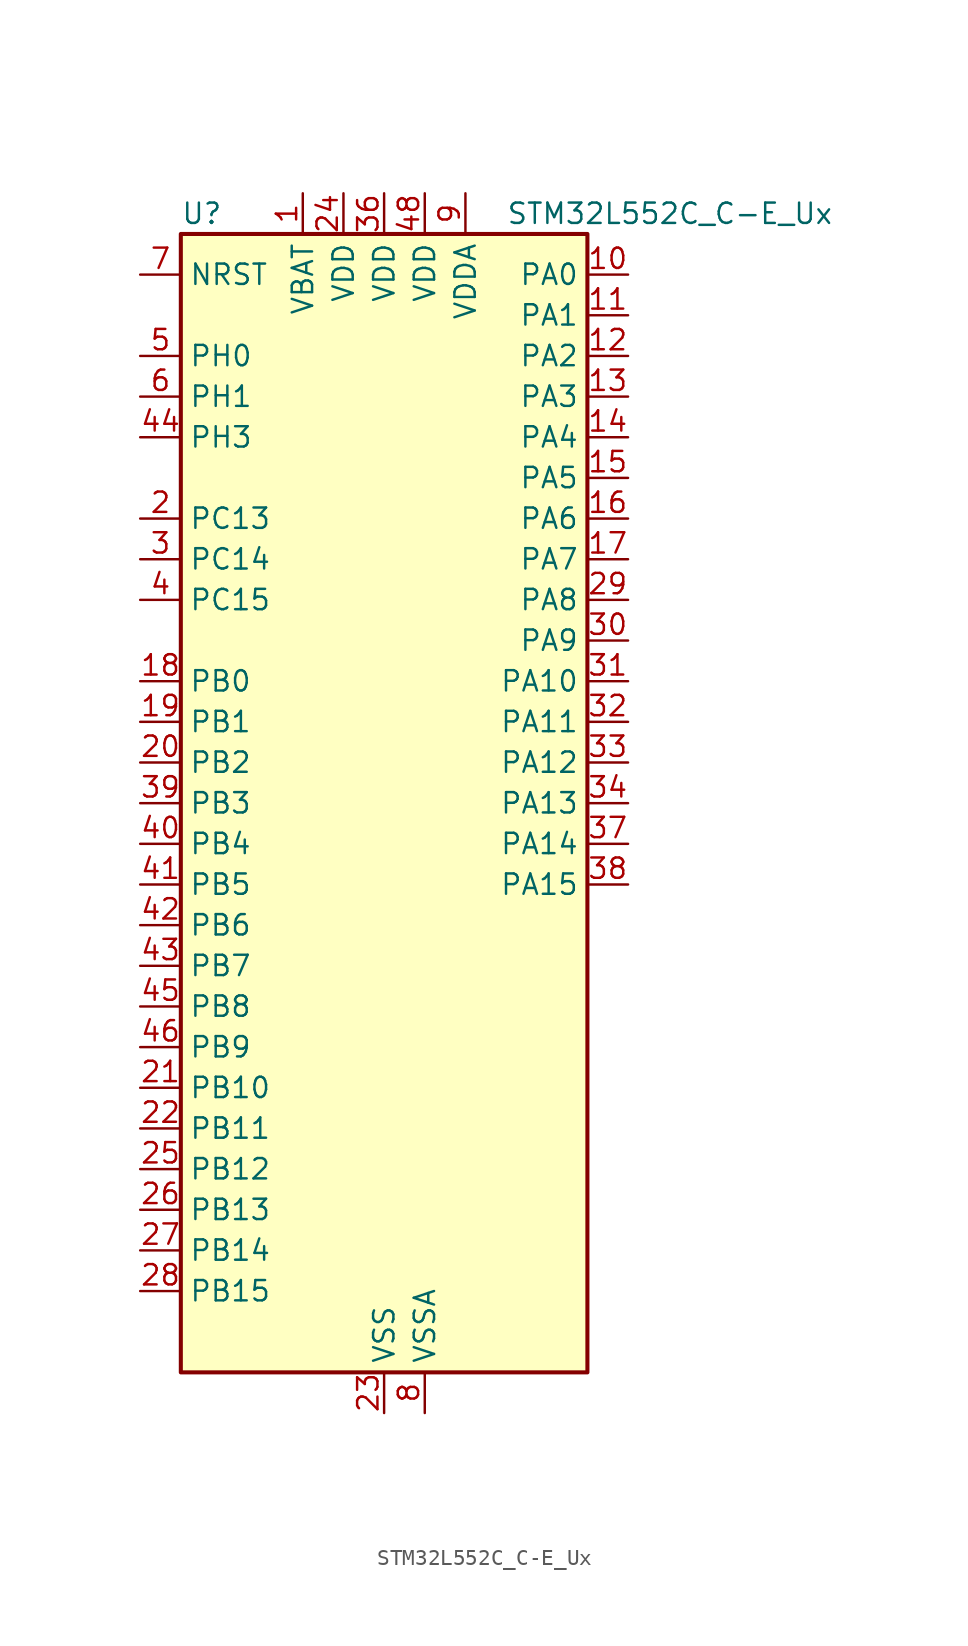
<source format=kicad_sym>
(kicad_symbol_lib
  (version 20220914)
  (generator kicad_symbol_editor)
  (symbol "STM32L552C_C-E_Ux"
    (property "Reference" "U"
      (at -12.7 36.83 0)
      (effects (font (size 1.27 1.27)) (justify left)))
    (property "Value" "STM32L552C_C-E_Ux"
      (at 7.62 36.83 0)
      (effects (font (size 1.27 1.27)) (justify left)))
    (property "ki_locked" ""
      (at 0 0 0)
      (effects (font (size 1.27 1.27))))
    (symbol "STM32L552C_C-E_Ux_0_1"
      (rectangle (start -12.7 -35.56) (end 12.7 35.56) (stroke (width 0.254) (type default)) (fill (type background))))
    (symbol "STM32L552C_C-E_Ux_1_1"
      (pin power_in line (at -5.08 38.1 270) (length 2.54) (name "VBAT" (effects (font (size 1.27 1.27)))) (number "1" (effects (font (size 1.27 1.27)))))
      (pin bidirectional line (at 15.24 33.02 180) (length 2.54) (name "PA0" (effects (font (size 1.27 1.27)))) (number "10" (effects (font (size 1.27 1.27)))) (alternate "ADC1_IN5" bidirectional line) (alternate "ADC2_IN5" bidirectional line) (alternate "OPAMP1_VINP" bidirectional line) (alternate "PWR_WKUP1" bidirectional line) (alternate "SAI1_EXTCLK" bidirectional line) (alternate "TAMP_IN2" bidirectional line) (alternate "TAMP_OUT1" bidirectional line) (alternate "TIM2_CH1" bidirectional line) (alternate "TIM2_ETR" bidirectional line) (alternate "TIM5_CH1" bidirectional line) (alternate "TIM8_ETR" bidirectional line) (alternate "UART4_TX" bidirectional line) (alternate "USART2_CTS" bidirectional line) (alternate "USART2_NSS" bidirectional line))
      (pin bidirectional line (at 15.24 30.48 180) (length 2.54) (name "PA1" (effects (font (size 1.27 1.27)))) (number "11" (effects (font (size 1.27 1.27)))) (alternate "ADC1_IN6" bidirectional line) (alternate "ADC2_IN6" bidirectional line) (alternate "I2C1_SMBA" bidirectional line) (alternate "OCTOSPI1_DQS" bidirectional line) (alternate "OPAMP1_VINM" bidirectional line) (alternate "SPI1_SCK" bidirectional line) (alternate "TAMP_IN5" bidirectional line) (alternate "TAMP_OUT4" bidirectional line) (alternate "TIM15_CH1N" bidirectional line) (alternate "TIM2_CH2" bidirectional line) (alternate "TIM5_CH2" bidirectional line) (alternate "UART4_RX" bidirectional line) (alternate "USART2_DE" bidirectional line) (alternate "USART2_RTS" bidirectional line))
      (pin bidirectional line (at 15.24 27.94 180) (length 2.54) (name "PA2" (effects (font (size 1.27 1.27)))) (number "12" (effects (font (size 1.27 1.27)))) (alternate "ADC1_IN7" bidirectional line) (alternate "ADC2_IN7" bidirectional line) (alternate "COMP1_INP" bidirectional line) (alternate "LPUART1_TX" bidirectional line) (alternate "OCTOSPI1_NCS" bidirectional line) (alternate "PWR_WKUP4" bidirectional line) (alternate "RCC_LSCO" bidirectional line) (alternate "SAI2_EXTCLK" bidirectional line) (alternate "TIM15_CH1" bidirectional line) (alternate "TIM2_CH3" bidirectional line) (alternate "TIM5_CH3" bidirectional line) (alternate "UCPD1_FRSTX1" bidirectional line) (alternate "USART2_TX" bidirectional line))
      (pin bidirectional line (at 15.24 25.4 180) (length 2.54) (name "PA3" (effects (font (size 1.27 1.27)))) (number "13" (effects (font (size 1.27 1.27)))) (alternate "ADC1_IN8" bidirectional line) (alternate "ADC2_IN8" bidirectional line) (alternate "LPUART1_RX" bidirectional line) (alternate "OCTOSPI1_CLK" bidirectional line) (alternate "OPAMP1_VOUT" bidirectional line) (alternate "SAI1_CK1" bidirectional line) (alternate "SAI1_MCLK_A" bidirectional line) (alternate "TIM15_CH2" bidirectional line) (alternate "TIM2_CH4" bidirectional line) (alternate "TIM5_CH4" bidirectional line) (alternate "USART2_RX" bidirectional line))
      (pin bidirectional line (at 15.24 22.86 180) (length 2.54) (name "PA4" (effects (font (size 1.27 1.27)))) (number "14" (effects (font (size 1.27 1.27)))) (alternate "ADC1_IN9" bidirectional line) (alternate "ADC2_IN9" bidirectional line) (alternate "DAC1_OUT1" bidirectional line) (alternate "LPTIM2_OUT" bidirectional line) (alternate "OCTOSPI1_NCS" bidirectional line) (alternate "SAI1_FS_B" bidirectional line) (alternate "SPI1_NSS" bidirectional line) (alternate "SPI3_NSS" bidirectional line) (alternate "USART2_CK" bidirectional line))
      (pin bidirectional line (at 15.24 20.32 180) (length 2.54) (name "PA5" (effects (font (size 1.27 1.27)))) (number "15" (effects (font (size 1.27 1.27)))) (alternate "ADC1_IN10" bidirectional line) (alternate "ADC2_IN10" bidirectional line) (alternate "DAC1_OUT2" bidirectional line) (alternate "LPTIM2_ETR" bidirectional line) (alternate "SPI1_SCK" bidirectional line) (alternate "TIM2_CH1" bidirectional line) (alternate "TIM2_ETR" bidirectional line) (alternate "TIM8_CH1N" bidirectional line))
      (pin bidirectional line (at 15.24 17.78 180) (length 2.54) (name "PA6" (effects (font (size 1.27 1.27)))) (number "16" (effects (font (size 1.27 1.27)))) (alternate "ADC1_IN11" bidirectional line) (alternate "ADC2_IN11" bidirectional line) (alternate "LPUART1_CTS" bidirectional line) (alternate "OCTOSPI1_IO3" bidirectional line) (alternate "OPAMP2_VINP" bidirectional line) (alternate "SPI1_MISO" bidirectional line) (alternate "TIM16_CH1" bidirectional line) (alternate "TIM1_BKIN" bidirectional line) (alternate "TIM3_CH1" bidirectional line) (alternate "TIM8_BKIN" bidirectional line) (alternate "USART3_CTS" bidirectional line) (alternate "USART3_NSS" bidirectional line))
      (pin bidirectional line (at 15.24 15.24 180) (length 2.54) (name "PA7" (effects (font (size 1.27 1.27)))) (number "17" (effects (font (size 1.27 1.27)))) (alternate "ADC1_IN12" bidirectional line) (alternate "ADC2_IN12" bidirectional line) (alternate "I2C3_SCL" bidirectional line) (alternate "OCTOSPI1_IO2" bidirectional line) (alternate "OPAMP2_VINM" bidirectional line) (alternate "SPI1_MOSI" bidirectional line) (alternate "TIM17_CH1" bidirectional line) (alternate "TIM1_CH1N" bidirectional line) (alternate "TIM3_CH2" bidirectional line) (alternate "TIM8_CH1N" bidirectional line))
      (pin bidirectional line (at -15.24 7.62 0) (length 2.54) (name "PB0" (effects (font (size 1.27 1.27)))) (number "18" (effects (font (size 1.27 1.27)))) (alternate "ADC1_IN15" bidirectional line) (alternate "ADC2_IN15" bidirectional line) (alternate "COMP1_OUT" bidirectional line) (alternate "OCTOSPI1_IO1" bidirectional line) (alternate "OPAMP2_VOUT" bidirectional line) (alternate "SAI1_EXTCLK" bidirectional line) (alternate "SPI1_NSS" bidirectional line) (alternate "TIM1_CH2N" bidirectional line) (alternate "TIM3_CH3" bidirectional line) (alternate "TIM8_CH2N" bidirectional line) (alternate "USART3_CK" bidirectional line))
      (pin bidirectional line (at -15.24 5.08 0) (length 2.54) (name "PB1" (effects (font (size 1.27 1.27)))) (number "19" (effects (font (size 1.27 1.27)))) (alternate "ADC1_IN16" bidirectional line) (alternate "ADC2_IN16" bidirectional line) (alternate "COMP1_INM" bidirectional line) (alternate "DFSDM1_DATIN0" bidirectional line) (alternate "LPTIM2_IN1" bidirectional line) (alternate "LPUART1_DE" bidirectional line) (alternate "LPUART1_RTS" bidirectional line) (alternate "OCTOSPI1_IO0" bidirectional line) (alternate "TIM1_CH3N" bidirectional line) (alternate "TIM3_CH4" bidirectional line) (alternate "TIM8_CH3N" bidirectional line) (alternate "USART3_DE" bidirectional line) (alternate "USART3_RTS" bidirectional line))
      (pin bidirectional line (at -15.24 17.78 0) (length 2.54) (name "PC13" (effects (font (size 1.27 1.27)))) (number "2" (effects (font (size 1.27 1.27)))) (alternate "PWR_WKUP2" bidirectional line) (alternate "RTC_OUT1" bidirectional line) (alternate "RTC_TS" bidirectional line) (alternate "TAMP_IN1" bidirectional line) (alternate "TAMP_OUT2" bidirectional line))
      (pin bidirectional line (at -15.24 2.54 0) (length 2.54) (name "PB2" (effects (font (size 1.27 1.27)))) (number "20" (effects (font (size 1.27 1.27)))) (alternate "COMP1_INP" bidirectional line) (alternate "DFSDM1_CKIN0" bidirectional line) (alternate "I2C3_SMBA" bidirectional line) (alternate "LPTIM1_OUT" bidirectional line) (alternate "OCTOSPI1_DQS" bidirectional line) (alternate "RTC_OUT2" bidirectional line) (alternate "UCPD1_FRSTX1" bidirectional line))
      (pin bidirectional line (at -15.24 -17.78 0) (length 2.54) (name "PB10" (effects (font (size 1.27 1.27)))) (number "21" (effects (font (size 1.27 1.27)))) (alternate "COMP1_OUT" bidirectional line) (alternate "I2C2_SCL" bidirectional line) (alternate "I2C4_SCL" bidirectional line) (alternate "LPTIM3_OUT" bidirectional line) (alternate "LPUART1_RX" bidirectional line) (alternate "OCTOSPI1_CLK" bidirectional line) (alternate "SAI1_SCK_A" bidirectional line) (alternate "SPI2_SCK" bidirectional line) (alternate "TIM2_CH3" bidirectional line) (alternate "TSC_SYNC" bidirectional line) (alternate "USART3_TX" bidirectional line))
      (pin bidirectional line (at -15.24 -20.32 0) (length 2.54) (name "PB11" (effects (font (size 1.27 1.27)))) (number "22" (effects (font (size 1.27 1.27)))) (alternate "ADC1_EXTI11" bidirectional line) (alternate "ADC2_EXTI11" bidirectional line) (alternate "COMP2_OUT" bidirectional line) (alternate "I2C2_SDA" bidirectional line) (alternate "I2C4_SDA" bidirectional line) (alternate "LPUART1_TX" bidirectional line) (alternate "OCTOSPI1_NCS" bidirectional line) (alternate "TIM2_CH4" bidirectional line) (alternate "USART3_RX" bidirectional line))
      (pin power_in line (at 0 -38.1 90) (length 2.54) (name "VSS" (effects (font (size 1.27 1.27)))) (number "23" (effects (font (size 1.27 1.27)))))
      (pin power_in line (at -2.54 38.1 270) (length 2.54) (name "VDD" (effects (font (size 1.27 1.27)))) (number "24" (effects (font (size 1.27 1.27)))))
      (pin bidirectional line (at -15.24 -22.86 0) (length 2.54) (name "PB12" (effects (font (size 1.27 1.27)))) (number "25" (effects (font (size 1.27 1.27)))) (alternate "DFSDM1_DATIN1" bidirectional line) (alternate "I2C2_SMBA" bidirectional line) (alternate "LPUART1_DE" bidirectional line) (alternate "LPUART1_RTS" bidirectional line) (alternate "OCTOSPI1_NCLK" bidirectional line) (alternate "SAI2_FS_A" bidirectional line) (alternate "SPI2_NSS" bidirectional line) (alternate "TIM15_BKIN" bidirectional line) (alternate "TIM1_BKIN" bidirectional line) (alternate "TSC_G1_IO1" bidirectional line) (alternate "USART3_CK" bidirectional line))
      (pin bidirectional line (at -15.24 -25.4 0) (length 2.54) (name "PB13" (effects (font (size 1.27 1.27)))) (number "26" (effects (font (size 1.27 1.27)))) (alternate "DFSDM1_CKIN1" bidirectional line) (alternate "I2C2_SCL" bidirectional line) (alternate "LPTIM3_IN1" bidirectional line) (alternate "LPUART1_CTS" bidirectional line) (alternate "SAI2_SCK_A" bidirectional line) (alternate "SPI2_SCK" bidirectional line) (alternate "TIM15_CH1N" bidirectional line) (alternate "TIM1_CH1N" bidirectional line) (alternate "TSC_G1_IO2" bidirectional line) (alternate "UCPD1_FRSTX2" bidirectional line) (alternate "USART3_CTS" bidirectional line) (alternate "USART3_NSS" bidirectional line))
      (pin bidirectional line (at -15.24 -27.94 0) (length 2.54) (name "PB14" (effects (font (size 1.27 1.27)))) (number "27" (effects (font (size 1.27 1.27)))) (alternate "DFSDM1_DATIN2" bidirectional line) (alternate "I2C2_SDA" bidirectional line) (alternate "LPTIM3_ETR" bidirectional line) (alternate "SAI2_MCLK_A" bidirectional line) (alternate "SPI2_MISO" bidirectional line) (alternate "TIM15_CH1" bidirectional line) (alternate "TIM1_CH2N" bidirectional line) (alternate "TIM8_CH2N" bidirectional line) (alternate "TSC_G1_IO3" bidirectional line) (alternate "UCPD1_DBCC2" bidirectional line) (alternate "USART3_DE" bidirectional line) (alternate "USART3_RTS" bidirectional line))
      (pin bidirectional line (at -15.24 -30.48 0) (length 2.54) (name "PB15" (effects (font (size 1.27 1.27)))) (number "28" (effects (font (size 1.27 1.27)))) (alternate "ADC1_EXTI15" bidirectional line) (alternate "ADC2_EXTI15" bidirectional line) (alternate "DFSDM1_CKIN2" bidirectional line) (alternate "RTC_REFIN" bidirectional line) (alternate "SAI2_SD_A" bidirectional line) (alternate "SPI2_MOSI" bidirectional line) (alternate "TIM15_CH2" bidirectional line) (alternate "TIM1_CH3N" bidirectional line) (alternate "TIM8_CH3N" bidirectional line) (alternate "UCPD1_CC2" bidirectional line))
      (pin bidirectional line (at 15.24 12.7 180) (length 2.54) (name "PA8" (effects (font (size 1.27 1.27)))) (number "29" (effects (font (size 1.27 1.27)))) (alternate "LPTIM2_OUT" bidirectional line) (alternate "RCC_MCO" bidirectional line) (alternate "SAI1_CK2" bidirectional line) (alternate "SAI1_SCK_A" bidirectional line) (alternate "TIM1_CH1" bidirectional line) (alternate "USART1_CK" bidirectional line))
      (pin bidirectional line (at -15.24 15.24 0) (length 2.54) (name "PC14" (effects (font (size 1.27 1.27)))) (number "3" (effects (font (size 1.27 1.27)))) (alternate "RCC_OSC32_IN" bidirectional line))
      (pin bidirectional line (at 15.24 10.16 180) (length 2.54) (name "PA9" (effects (font (size 1.27 1.27)))) (number "30" (effects (font (size 1.27 1.27)))) (alternate "DAC1_EXTI9" bidirectional line) (alternate "SAI1_FS_A" bidirectional line) (alternate "SPI2_SCK" bidirectional line) (alternate "TIM15_BKIN" bidirectional line) (alternate "TIM1_CH2" bidirectional line) (alternate "USART1_TX" bidirectional line))
      (pin bidirectional line (at 15.24 7.62 180) (length 2.54) (name "PA10" (effects (font (size 1.27 1.27)))) (number "31" (effects (font (size 1.27 1.27)))) (alternate "CRS_SYNC" bidirectional line) (alternate "SAI1_D1" bidirectional line) (alternate "SAI1_SD_A" bidirectional line) (alternate "TIM17_BKIN" bidirectional line) (alternate "TIM1_CH3" bidirectional line) (alternate "USART1_RX" bidirectional line))
      (pin bidirectional line (at 15.24 5.08 180) (length 2.54) (name "PA11" (effects (font (size 1.27 1.27)))) (number "32" (effects (font (size 1.27 1.27)))) (alternate "ADC1_EXTI11" bidirectional line) (alternate "ADC2_EXTI11" bidirectional line) (alternate "FDCAN1_RX" bidirectional line) (alternate "SPI1_MISO" bidirectional line) (alternate "TIM1_BKIN2" bidirectional line) (alternate "TIM1_CH4" bidirectional line) (alternate "USART1_CTS" bidirectional line) (alternate "USART1_NSS" bidirectional line) (alternate "USB_DM" bidirectional line))
      (pin bidirectional line (at 15.24 2.54 180) (length 2.54) (name "PA12" (effects (font (size 1.27 1.27)))) (number "33" (effects (font (size 1.27 1.27)))) (alternate "FDCAN1_TX" bidirectional line) (alternate "SPI1_MOSI" bidirectional line) (alternate "TIM1_ETR" bidirectional line) (alternate "USART1_DE" bidirectional line) (alternate "USART1_RTS" bidirectional line) (alternate "USB_DP" bidirectional line))
      (pin bidirectional line (at 15.24 0 180) (length 2.54) (name "PA13" (effects (font (size 1.27 1.27)))) (number "34" (effects (font (size 1.27 1.27)))) (alternate "DEBUG_JTMS-SWDIO" bidirectional line) (alternate "IR_OUT" bidirectional line) (alternate "SAI1_SD_B" bidirectional line) (alternate "USB_NOE" bidirectional line))
      (pin passive line (at 0 -38.1 90) (length 2.54) hide (name "VSS" (effects (font (size 1.27 1.27)))) (number "35" (effects (font (size 1.27 1.27)))))
      (pin power_in line (at 0 38.1 270) (length 2.54) (name "VDD" (effects (font (size 1.27 1.27)))) (number "36" (effects (font (size 1.27 1.27)))))
      (pin bidirectional line (at 15.24 -2.54 180) (length 2.54) (name "PA14" (effects (font (size 1.27 1.27)))) (number "37" (effects (font (size 1.27 1.27)))) (alternate "DEBUG_JTCK-SWCLK" bidirectional line) (alternate "I2C1_SMBA" bidirectional line) (alternate "I2C4_SMBA" bidirectional line) (alternate "LPTIM1_OUT" bidirectional line) (alternate "SAI1_FS_B" bidirectional line))
      (pin bidirectional line (at 15.24 -5.08 180) (length 2.54) (name "PA15" (effects (font (size 1.27 1.27)))) (number "38" (effects (font (size 1.27 1.27)))) (alternate "ADC1_EXTI15" bidirectional line) (alternate "ADC2_EXTI15" bidirectional line) (alternate "DEBUG_JTDI" bidirectional line) (alternate "SAI2_FS_B" bidirectional line) (alternate "SPI1_NSS" bidirectional line) (alternate "SPI3_NSS" bidirectional line) (alternate "TIM2_CH1" bidirectional line) (alternate "TIM2_ETR" bidirectional line) (alternate "UART4_DE" bidirectional line) (alternate "UART4_RTS" bidirectional line) (alternate "UCPD1_CC1" bidirectional line) (alternate "USART2_RX" bidirectional line) (alternate "USART3_DE" bidirectional line) (alternate "USART3_RTS" bidirectional line))
      (pin bidirectional line (at -15.24 0 0) (length 2.54) (name "PB3" (effects (font (size 1.27 1.27)))) (number "39" (effects (font (size 1.27 1.27)))) (alternate "COMP2_INM" bidirectional line) (alternate "CRS_SYNC" bidirectional line) (alternate "DEBUG_JTDO-SWO" bidirectional line) (alternate "SAI1_SCK_B" bidirectional line) (alternate "SPI1_SCK" bidirectional line) (alternate "SPI3_SCK" bidirectional line) (alternate "TIM2_CH2" bidirectional line) (alternate "USART1_DE" bidirectional line) (alternate "USART1_RTS" bidirectional line))
      (pin bidirectional line (at -15.24 12.7 0) (length 2.54) (name "PC15" (effects (font (size 1.27 1.27)))) (number "4" (effects (font (size 1.27 1.27)))) (alternate "ADC1_EXTI15" bidirectional line) (alternate "ADC2_EXTI15" bidirectional line) (alternate "RCC_OSC32_OUT" bidirectional line))
      (pin bidirectional line (at -15.24 -2.54 0) (length 2.54) (name "PB4" (effects (font (size 1.27 1.27)))) (number "40" (effects (font (size 1.27 1.27)))) (alternate "COMP2_INP" bidirectional line) (alternate "DEBUG_JTRST" bidirectional line) (alternate "I2C3_SDA" bidirectional line) (alternate "SAI1_MCLK_B" bidirectional line) (alternate "SPI1_MISO" bidirectional line) (alternate "SPI3_MISO" bidirectional line) (alternate "TIM17_BKIN" bidirectional line) (alternate "TIM3_CH1" bidirectional line) (alternate "TSC_G2_IO1" bidirectional line) (alternate "USART1_CTS" bidirectional line) (alternate "USART1_NSS" bidirectional line))
      (pin bidirectional line (at -15.24 -5.08 0) (length 2.54) (name "PB5" (effects (font (size 1.27 1.27)))) (number "41" (effects (font (size 1.27 1.27)))) (alternate "COMP2_OUT" bidirectional line) (alternate "I2C1_SMBA" bidirectional line) (alternate "LPTIM1_IN1" bidirectional line) (alternate "OCTOSPI1_NCLK" bidirectional line) (alternate "SAI1_SD_B" bidirectional line) (alternate "SPI1_MOSI" bidirectional line) (alternate "SPI3_MOSI" bidirectional line) (alternate "TIM16_BKIN" bidirectional line) (alternate "TIM3_CH2" bidirectional line) (alternate "TSC_G2_IO2" bidirectional line) (alternate "UCPD1_DBCC1" bidirectional line) (alternate "USART1_CK" bidirectional line))
      (pin bidirectional line (at -15.24 -7.62 0) (length 2.54) (name "PB6" (effects (font (size 1.27 1.27)))) (number "42" (effects (font (size 1.27 1.27)))) (alternate "COMP2_INP" bidirectional line) (alternate "I2C1_SCL" bidirectional line) (alternate "I2C4_SCL" bidirectional line) (alternate "LPTIM1_ETR" bidirectional line) (alternate "SAI1_FS_B" bidirectional line) (alternate "TIM16_CH1N" bidirectional line) (alternate "TIM4_CH1" bidirectional line) (alternate "TIM8_BKIN2" bidirectional line) (alternate "TSC_G2_IO3" bidirectional line) (alternate "USART1_TX" bidirectional line))
      (pin bidirectional line (at -15.24 -10.16 0) (length 2.54) (name "PB7" (effects (font (size 1.27 1.27)))) (number "43" (effects (font (size 1.27 1.27)))) (alternate "COMP2_INM" bidirectional line) (alternate "I2C1_SDA" bidirectional line) (alternate "I2C4_SDA" bidirectional line) (alternate "LPTIM1_IN2" bidirectional line) (alternate "PWR_PVD_IN" bidirectional line) (alternate "TIM17_CH1N" bidirectional line) (alternate "TIM4_CH2" bidirectional line) (alternate "TIM8_BKIN" bidirectional line) (alternate "TSC_G2_IO4" bidirectional line) (alternate "UART4_CTS" bidirectional line) (alternate "USART1_RX" bidirectional line))
      (pin bidirectional line (at -15.24 22.86 0) (length 2.54) (name "PH3" (effects (font (size 1.27 1.27)))) (number "44" (effects (font (size 1.27 1.27)))))
      (pin bidirectional line (at -15.24 -12.7 0) (length 2.54) (name "PB8" (effects (font (size 1.27 1.27)))) (number "45" (effects (font (size 1.27 1.27)))) (alternate "DFSDM1_CKOUT" bidirectional line) (alternate "FDCAN1_RX" bidirectional line) (alternate "I2C1_SCL" bidirectional line) (alternate "SAI1_CK1" bidirectional line) (alternate "SAI1_MCLK_A" bidirectional line) (alternate "TIM16_CH1" bidirectional line) (alternate "TIM4_CH3" bidirectional line))
      (pin bidirectional line (at -15.24 -15.24 0) (length 2.54) (name "PB9" (effects (font (size 1.27 1.27)))) (number "46" (effects (font (size 1.27 1.27)))) (alternate "DAC1_EXTI9" bidirectional line) (alternate "FDCAN1_TX" bidirectional line) (alternate "I2C1_SDA" bidirectional line) (alternate "IR_OUT" bidirectional line) (alternate "SAI1_D2" bidirectional line) (alternate "SAI1_FS_A" bidirectional line) (alternate "SPI2_NSS" bidirectional line) (alternate "TIM17_CH1" bidirectional line) (alternate "TIM4_CH4" bidirectional line))
      (pin passive line (at 0 -38.1 90) (length 2.54) hide (name "VSS" (effects (font (size 1.27 1.27)))) (number "47" (effects (font (size 1.27 1.27)))))
      (pin power_in line (at 2.54 38.1 270) (length 2.54) (name "VDD" (effects (font (size 1.27 1.27)))) (number "48" (effects (font (size 1.27 1.27)))))
      (pin passive line (at 0 -38.1 90) (length 2.54) hide (name "VSS" (effects (font (size 1.27 1.27)))) (number "49" (effects (font (size 1.27 1.27)))))
      (pin bidirectional line (at -15.24 27.94 0) (length 2.54) (name "PH0" (effects (font (size 1.27 1.27)))) (number "5" (effects (font (size 1.27 1.27)))) (alternate "RCC_OSC_IN" bidirectional line))
      (pin bidirectional line (at -15.24 25.4 0) (length 2.54) (name "PH1" (effects (font (size 1.27 1.27)))) (number "6" (effects (font (size 1.27 1.27)))) (alternate "RCC_OSC_OUT" bidirectional line))
      (pin input line (at -15.24 33.02 0) (length 2.54) (name "NRST" (effects (font (size 1.27 1.27)))) (number "7" (effects (font (size 1.27 1.27)))))
      (pin power_in line (at 2.54 -38.1 90) (length 2.54) (name "VSSA" (effects (font (size 1.27 1.27)))) (number "8" (effects (font (size 1.27 1.27)))))
      (pin power_in line (at 5.08 38.1 270) (length 2.54) (name "VDDA" (effects (font (size 1.27 1.27)))) (number "9" (effects (font (size 1.27 1.27))))))))
</source>
